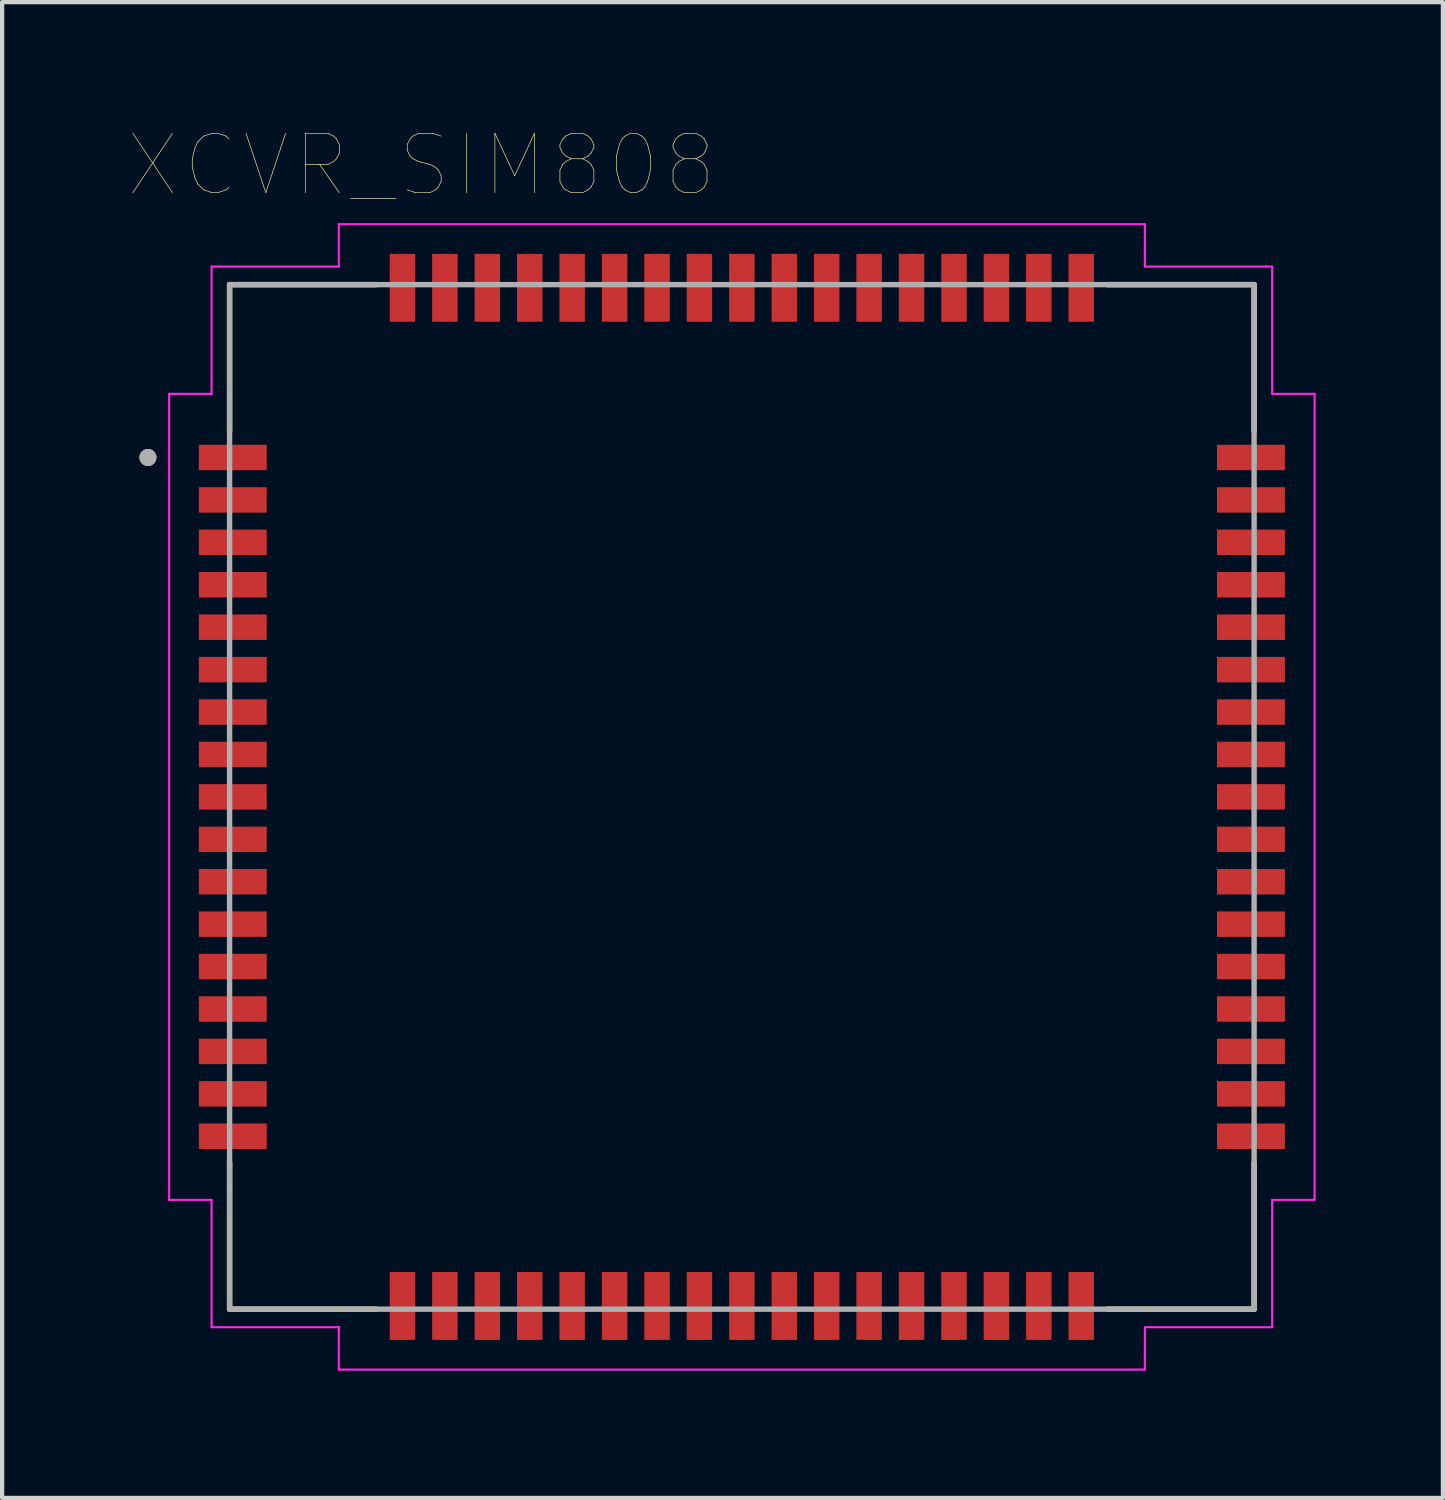
<source format=kicad_pcb>
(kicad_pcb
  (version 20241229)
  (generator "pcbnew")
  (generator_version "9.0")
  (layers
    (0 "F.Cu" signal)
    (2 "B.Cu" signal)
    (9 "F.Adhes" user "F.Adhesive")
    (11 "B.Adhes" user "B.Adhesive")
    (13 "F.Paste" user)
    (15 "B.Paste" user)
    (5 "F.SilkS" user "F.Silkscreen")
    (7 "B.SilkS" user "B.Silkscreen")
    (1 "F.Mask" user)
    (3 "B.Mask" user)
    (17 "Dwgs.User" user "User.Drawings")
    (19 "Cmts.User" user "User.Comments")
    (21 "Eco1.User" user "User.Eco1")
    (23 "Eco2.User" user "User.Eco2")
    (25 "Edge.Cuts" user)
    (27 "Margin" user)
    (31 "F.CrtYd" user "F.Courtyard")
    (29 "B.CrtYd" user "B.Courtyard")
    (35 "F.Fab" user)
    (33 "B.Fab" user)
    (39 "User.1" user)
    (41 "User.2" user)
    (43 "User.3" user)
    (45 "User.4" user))
  (footprint "XCVR_SIM808"
    (layer "F.Cu")
    (at 14.437 15.734)
    (property "Reference" "XCVR_SIM808" (at -7.555 -14.889 0) (layer "F.SilkS") (effects (font (size 1.4 1.4) (thickness 0.015))))
    (attr through_hole)
    (fp_line (start -12.075 -12.075) (end -8.62 -12.075) (stroke (width 0.127) (type solid)) (layer "F.SilkS"))
    (fp_line (start -12.075 -8.62) (end -12.075 -12.075) (stroke (width 0.127) (type solid)) (layer "F.SilkS"))
    (fp_line (start -12.075 12.075) (end -12.075 8.62) (stroke (width 0.127) (type solid)) (layer "F.SilkS"))
    (fp_line (start -8.62 12.075) (end -12.075 12.075) (stroke (width 0.127) (type solid)) (layer "F.SilkS"))
    (fp_line (start 8.62 -12.075) (end 12.075 -12.075) (stroke (width 0.127) (type solid)) (layer "F.SilkS"))
    (fp_line (start 12.075 -12.075) (end 12.075 -8.62) (stroke (width 0.127) (type solid)) (layer "F.SilkS"))
    (fp_line (start 12.075 8.62) (end 12.075 12.075) (stroke (width 0.127) (type solid)) (layer "F.SilkS"))
    (fp_line (start 12.075 12.075) (end 8.62 12.075) (stroke (width 0.127) (type solid)) (layer "F.SilkS"))
    (fp_circle (center -14 -8) (end -13.9 -8) (stroke (width 0.2) (type solid)) (fill no) (layer "F.SilkS"))
    (fp_line (start -13.5 -9.5) (end -12.5 -9.5) (stroke (width 0.05) (type solid)) (layer "F.CrtYd"))
    (fp_line (start -13.5 9.5) (end -13.5 -9.5) (stroke (width 0.05) (type solid)) (layer "F.CrtYd"))
    (fp_line (start -12.5 -12.5) (end -9.5 -12.5) (stroke (width 0.05) (type solid)) (layer "F.CrtYd"))
    (fp_line (start -12.5 -9.5) (end -12.5 -12.5) (stroke (width 0.05) (type solid)) (layer "F.CrtYd"))
    (fp_line (start -12.5 9.5) (end -13.5 9.5) (stroke (width 0.05) (type solid)) (layer "F.CrtYd"))
    (fp_line (start -12.5 12.5) (end -12.5 9.5) (stroke (width 0.05) (type solid)) (layer "F.CrtYd"))
    (fp_line (start -9.5 -13.5) (end 9.5 -13.5) (stroke (width 0.05) (type solid)) (layer "F.CrtYd"))
    (fp_line (start -9.5 -12.5) (end -9.5 -13.5) (stroke (width 0.05) (type solid)) (layer "F.CrtYd"))
    (fp_line (start -9.5 12.5) (end -12.5 12.5) (stroke (width 0.05) (type solid)) (layer "F.CrtYd"))
    (fp_line (start -9.5 13.5) (end -9.5 12.5) (stroke (width 0.05) (type solid)) (layer "F.CrtYd"))
    (fp_line (start 9.5 -13.5) (end 9.5 -12.5) (stroke (width 0.05) (type solid)) (layer "F.CrtYd"))
    (fp_line (start 9.5 -12.5) (end 12.5 -12.5) (stroke (width 0.05) (type solid)) (layer "F.CrtYd"))
    (fp_line (start 9.5 12.5) (end 9.5 13.5) (stroke (width 0.05) (type solid)) (layer "F.CrtYd"))
    (fp_line (start 9.5 13.5) (end -9.5 13.5) (stroke (width 0.05) (type solid)) (layer "F.CrtYd"))
    (fp_line (start 12.5 -12.5) (end 12.5 -9.5) (stroke (width 0.05) (type solid)) (layer "F.CrtYd"))
    (fp_line (start 12.5 -9.5) (end 13.5 -9.5) (stroke (width 0.05) (type solid)) (layer "F.CrtYd"))
    (fp_line (start 12.5 9.5) (end 12.5 12.5) (stroke (width 0.05) (type solid)) (layer "F.CrtYd"))
    (fp_line (start 12.5 12.5) (end 9.5 12.5) (stroke (width 0.05) (type solid)) (layer "F.CrtYd"))
    (fp_line (start 13.5 -9.5) (end 13.5 9.5) (stroke (width 0.05) (type solid)) (layer "F.CrtYd"))
    (fp_line (start 13.5 9.5) (end 12.5 9.5) (stroke (width 0.05) (type solid)) (layer "F.CrtYd"))
    (fp_line (start -12.075 -12.075) (end 12.075 -12.075) (stroke (width 0.127) (type solid)) (layer "F.Fab"))
    (fp_line (start -12.075 12.075) (end -12.075 -12.075) (stroke (width 0.127) (type solid)) (layer "F.Fab"))
    (fp_line (start 12.075 -12.075) (end 12.075 12.075) (stroke (width 0.127) (type solid)) (layer "F.Fab"))
    (fp_line (start 12.075 12.075) (end -12.075 12.075) (stroke (width 0.127) (type solid)) (layer "F.Fab"))
    (fp_circle (center -14 -8) (end -13.9 -8) (stroke (width 0.2) (type solid)) (fill no) (layer "F.Fab"))
    (pad "1" smd rect (at -12 -8) (size 1.6 0.6) (layers "F.Cu" "F.Mask" "F.Paste"))
    (pad "2" smd rect (at -12 -7) (size 1.6 0.6) (layers "F.Cu" "F.Mask" "F.Paste"))
    (pad "3" smd rect (at -12 -6) (size 1.6 0.6) (layers "F.Cu" "F.Mask" "F.Paste"))
    (pad "4" smd rect (at -12 -5) (size 1.6 0.6) (layers "F.Cu" "F.Mask" "F.Paste"))
    (pad "5" smd rect (at -12 -4) (size 1.6 0.6) (layers "F.Cu" "F.Mask" "F.Paste"))
    (pad "6" smd rect (at -12 -3) (size 1.6 0.6) (layers "F.Cu" "F.Mask" "F.Paste"))
    (pad "7" smd rect (at -12 -2) (size 1.6 0.6) (layers "F.Cu" "F.Mask" "F.Paste"))
    (pad "8" smd rect (at -12 -1) (size 1.6 0.6) (layers "F.Cu" "F.Mask" "F.Paste"))
    (pad "9" smd rect (at -12 0) (size 1.6 0.6) (layers "F.Cu" "F.Mask" "F.Paste"))
    (pad "10" smd rect (at -12 1) (size 1.6 0.6) (layers "F.Cu" "F.Mask" "F.Paste"))
    (pad "11" smd rect (at -12 2) (size 1.6 0.6) (layers "F.Cu" "F.Mask" "F.Paste"))
    (pad "12" smd rect (at -12 3) (size 1.6 0.6) (layers "F.Cu" "F.Mask" "F.Paste"))
    (pad "13" smd rect (at -12 4) (size 1.6 0.6) (layers "F.Cu" "F.Mask" "F.Paste"))
    (pad "14" smd rect (at -12 5) (size 1.6 0.6) (layers "F.Cu" "F.Mask" "F.Paste"))
    (pad "15" smd rect (at -12 6) (size 1.6 0.6) (layers "F.Cu" "F.Mask" "F.Paste"))
    (pad "16" smd rect (at -12 7) (size 1.6 0.6) (layers "F.Cu" "F.Mask" "F.Paste"))
    (pad "17" smd rect (at -12 8) (size 1.6 0.6) (layers "F.Cu" "F.Mask" "F.Paste"))
    (pad "18" smd rect (at -8 12) (size 0.6 1.6) (layers "F.Cu" "F.Mask" "F.Paste"))
    (pad "19" smd rect (at -7 12) (size 0.6 1.6) (layers "F.Cu" "F.Mask" "F.Paste"))
    (pad "20" smd rect (at -6 12) (size 0.6 1.6) (layers "F.Cu" "F.Mask" "F.Paste"))
    (pad "21" smd rect (at -5 12) (size 0.6 1.6) (layers "F.Cu" "F.Mask" "F.Paste"))
    (pad "22" smd rect (at -4 12) (size 0.6 1.6) (layers "F.Cu" "F.Mask" "F.Paste"))
    (pad "23" smd rect (at -3 12) (size 0.6 1.6) (layers "F.Cu" "F.Mask" "F.Paste"))
    (pad "24" smd rect (at -2 12) (size 0.6 1.6) (layers "F.Cu" "F.Mask" "F.Paste"))
    (pad "25" smd rect (at -1 12) (size 0.6 1.6) (layers "F.Cu" "F.Mask" "F.Paste"))
    (pad "26" smd rect (at 0 12) (size 0.6 1.6) (layers "F.Cu" "F.Mask" "F.Paste"))
    (pad "27" smd rect (at 1 12) (size 0.6 1.6) (layers "F.Cu" "F.Mask" "F.Paste"))
    (pad "28" smd rect (at 2 12) (size 0.6 1.6) (layers "F.Cu" "F.Mask" "F.Paste"))
    (pad "29" smd rect (at 3 12) (size 0.6 1.6) (layers "F.Cu" "F.Mask" "F.Paste"))
    (pad "30" smd rect (at 4 12) (size 0.6 1.6) (layers "F.Cu" "F.Mask" "F.Paste"))
    (pad "31" smd rect (at 5 12) (size 0.6 1.6) (layers "F.Cu" "F.Mask" "F.Paste"))
    (pad "32" smd rect (at 6 12) (size 0.6 1.6) (layers "F.Cu" "F.Mask" "F.Paste"))
    (pad "33" smd rect (at 7 12) (size 0.6 1.6) (layers "F.Cu" "F.Mask" "F.Paste"))
    (pad "34" smd rect (at 8 12) (size 0.6 1.6) (layers "F.Cu" "F.Mask" "F.Paste"))
    (pad "35" smd rect (at 12 8) (size 1.6 0.6) (layers "F.Cu" "F.Mask" "F.Paste"))
    (pad "36" smd rect (at 12 7) (size 1.6 0.6) (layers "F.Cu" "F.Mask" "F.Paste"))
    (pad "37" smd rect (at 12 6) (size 1.6 0.6) (layers "F.Cu" "F.Mask" "F.Paste"))
    (pad "38" smd rect (at 12 5) (size 1.6 0.6) (layers "F.Cu" "F.Mask" "F.Paste"))
    (pad "39" smd rect (at 12 4) (size 1.6 0.6) (layers "F.Cu" "F.Mask" "F.Paste"))
    (pad "40" smd rect (at 12 3) (size 1.6 0.6) (layers "F.Cu" "F.Mask" "F.Paste"))
    (pad "41" smd rect (at 12 2) (size 1.6 0.6) (layers "F.Cu" "F.Mask" "F.Paste"))
    (pad "42" smd rect (at 12 1) (size 1.6 0.6) (layers "F.Cu" "F.Mask" "F.Paste"))
    (pad "43" smd rect (at 12 0) (size 1.6 0.6) (layers "F.Cu" "F.Mask" "F.Paste"))
    (pad "44" smd rect (at 12 -1) (size 1.6 0.6) (layers "F.Cu" "F.Mask" "F.Paste"))
    (pad "45" smd rect (at 12 -2) (size 1.6 0.6) (layers "F.Cu" "F.Mask" "F.Paste"))
    (pad "46" smd rect (at 12 -3) (size 1.6 0.6) (layers "F.Cu" "F.Mask" "F.Paste"))
    (pad "47" smd rect (at 12 -4) (size 1.6 0.6) (layers "F.Cu" "F.Mask" "F.Paste"))
    (pad "48" smd rect (at 12 -5) (size 1.6 0.6) (layers "F.Cu" "F.Mask" "F.Paste"))
    (pad "49" smd rect (at 12 -6) (size 1.6 0.6) (layers "F.Cu" "F.Mask" "F.Paste"))
    (pad "50" smd rect (at 12 -7) (size 1.6 0.6) (layers "F.Cu" "F.Mask" "F.Paste"))
    (pad "51" smd rect (at 12 -8) (size 1.6 0.6) (layers "F.Cu" "F.Mask" "F.Paste"))
    (pad "52" smd rect (at 8 -12) (size 0.6 1.6) (layers "F.Cu" "F.Mask" "F.Paste"))
    (pad "53" smd rect (at 7 -12) (size 0.6 1.6) (layers "F.Cu" "F.Mask" "F.Paste"))
    (pad "54" smd rect (at 6 -12) (size 0.6 1.6) (layers "F.Cu" "F.Mask" "F.Paste"))
    (pad "55" smd rect (at 5 -12) (size 0.6 1.6) (layers "F.Cu" "F.Mask" "F.Paste"))
    (pad "56" smd rect (at 4 -12) (size 0.6 1.6) (layers "F.Cu" "F.Mask" "F.Paste"))
    (pad "57" smd rect (at 3 -12) (size 0.6 1.6) (layers "F.Cu" "F.Mask" "F.Paste"))
    (pad "58" smd rect (at 2 -12) (size 0.6 1.6) (layers "F.Cu" "F.Mask" "F.Paste"))
    (pad "59" smd rect (at 1 -12) (size 0.6 1.6) (layers "F.Cu" "F.Mask" "F.Paste"))
    (pad "60" smd rect (at 0 -12) (size 0.6 1.6) (layers "F.Cu" "F.Mask" "F.Paste"))
    (pad "61" smd rect (at -1 -12) (size 0.6 1.6) (layers "F.Cu" "F.Mask" "F.Paste"))
    (pad "62" smd rect (at -2 -12) (size 0.6 1.6) (layers "F.Cu" "F.Mask" "F.Paste"))
    (pad "63" smd rect (at -3 -12) (size 0.6 1.6) (layers "F.Cu" "F.Mask" "F.Paste"))
    (pad "64" smd rect (at -4 -12) (size 0.6 1.6) (layers "F.Cu" "F.Mask" "F.Paste"))
    (pad "65" smd rect (at -5 -12) (size 0.6 1.6) (layers "F.Cu" "F.Mask" "F.Paste"))
    (pad "66" smd rect (at -6 -12) (size 0.6 1.6) (layers "F.Cu" "F.Mask" "F.Paste"))
    (pad "67" smd rect (at -7 -12) (size 0.6 1.6) (layers "F.Cu" "F.Mask" "F.Paste"))
    (pad "68" smd rect (at -8 -12) (size 0.6 1.6) (layers "F.Cu" "F.Mask" "F.Paste")))
  (gr_rect
    (start -3 -3)
    (end 30.962 32.259)
    (stroke (width 0.1) (type default))
    (fill no)
    (layer "Edge.Cuts")))
</source>
